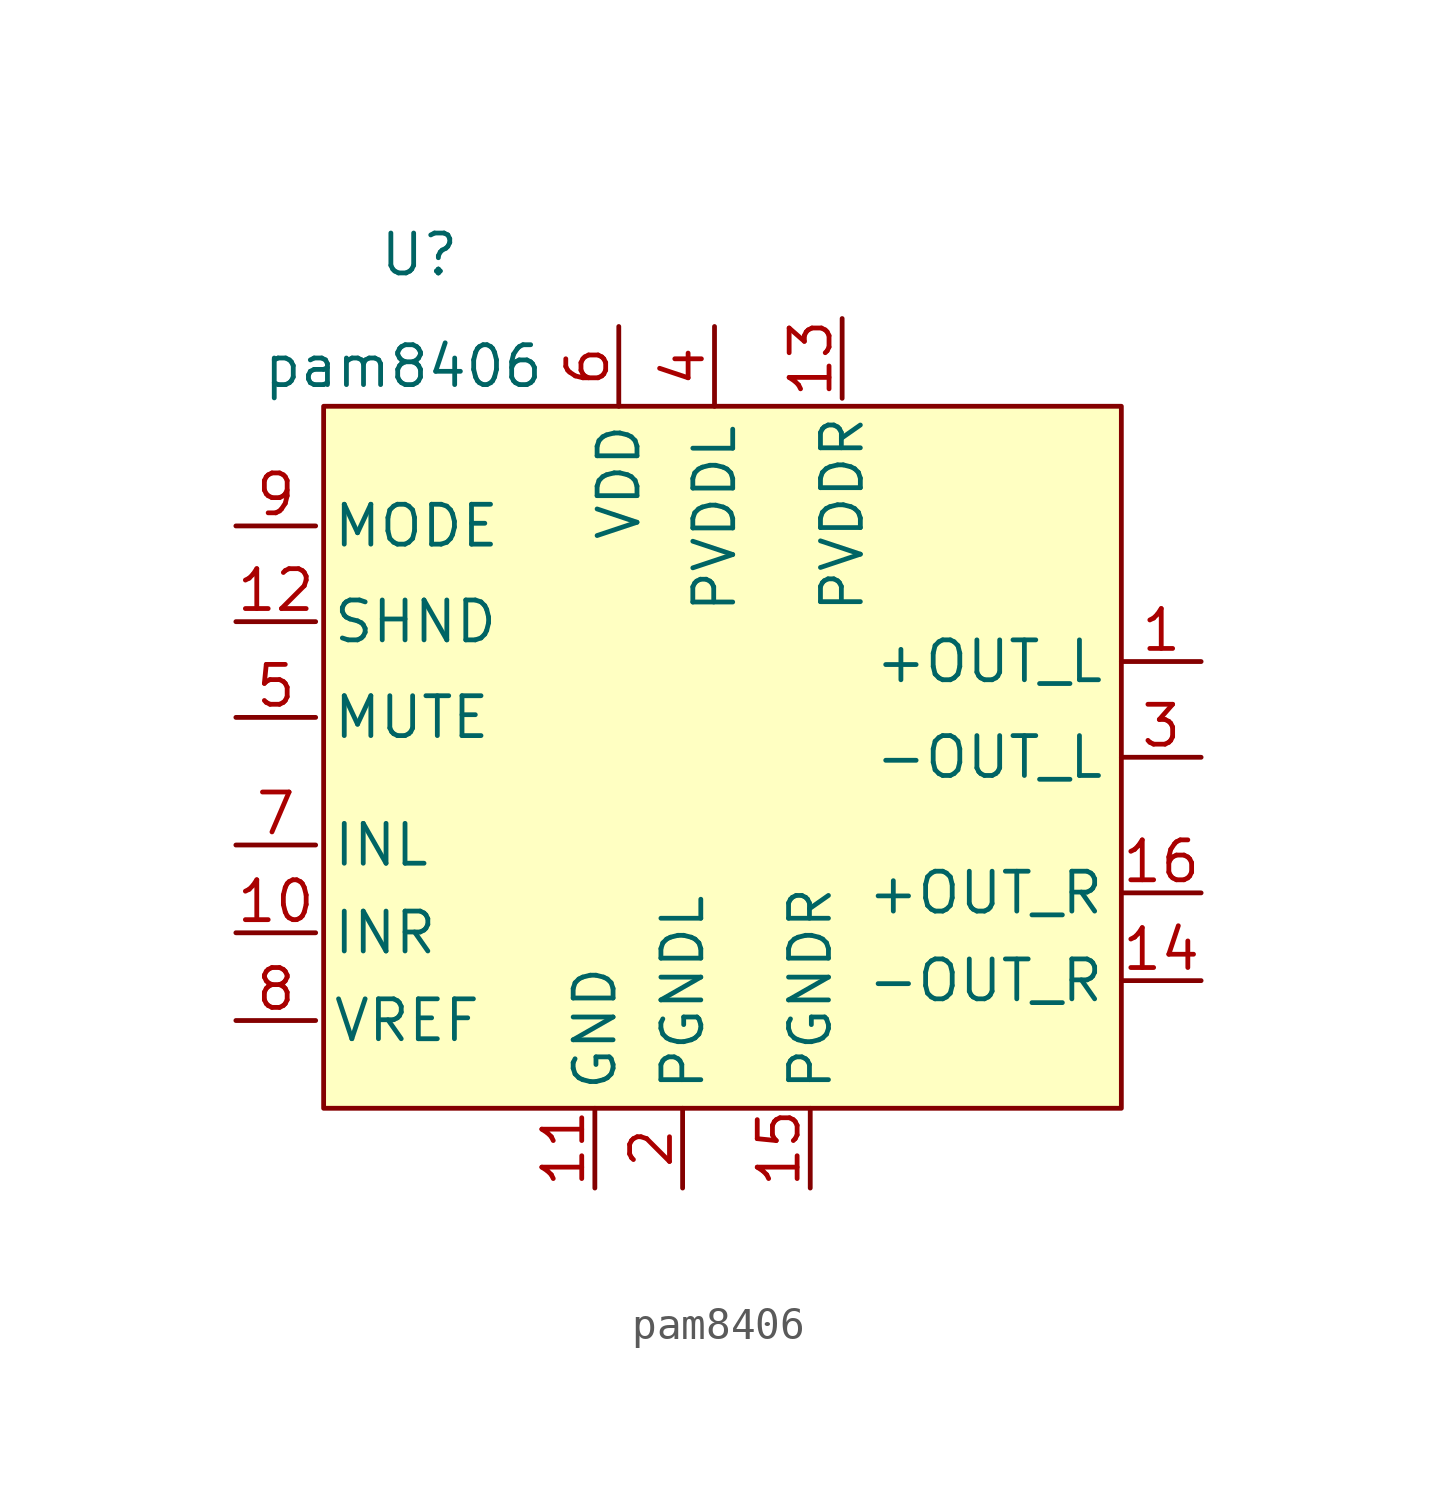
<source format=kicad_sym>
(kicad_symbol_lib
  (version 20211014)
  (generator kicad_symbol_editor)
  (symbol "pam8406"
    (property "Reference" "U"
      (at -9.398 16.002 0)
      (effects (font (size 1.27 1.27))))
    (property "Value" "pam8406"
      (at -9.906 12.446 0)
      (effects (font (size 1.27 1.27))))
    (symbol "pam8406_0_1"
      (rectangle (start -12.446 11.176) (end 12.954 -11.176) (stroke (width 0) (type default) (color 0 0 0 0)) (fill (type background))))
    (symbol "pam8406_1_1"
      (pin output line (at 15.494 3.048 180) (length 2.54) (name "+OUT_L" (effects (font (size 1.27 1.27)))) (number "1" (effects (font (size 1.27 1.27)))))
      (pin input line (at -15.24 -5.588 0) (length 2.54) (name "INR" (effects (font (size 1.27 1.27)))) (number "10" (effects (font (size 1.27 1.27)))))
      (pin passive line (at -3.81 -13.716 90) (length 2.54) (name "GND" (effects (font (size 1.27 1.27)))) (number "11" (effects (font (size 1.27 1.27)))))
      (pin input line (at -15.24 4.318 0) (length 2.54) (name "SHND" (effects (font (size 1.27 1.27)))) (number "12" (effects (font (size 1.27 1.27)))))
      (pin passive line (at 4.064 13.97 270) (length 2.54) (name "PVDDR" (effects (font (size 1.27 1.27)))) (number "13" (effects (font (size 1.27 1.27)))))
      (pin output line (at 15.494 -7.112 180) (length 2.54) (name "-OUT_R" (effects (font (size 1.27 1.27)))) (number "14" (effects (font (size 1.27 1.27)))))
      (pin passive line (at 3.048 -13.716 90) (length 2.54) (name "PGNDR" (effects (font (size 1.27 1.27)))) (number "15" (effects (font (size 1.27 1.27)))))
      (pin output line (at 15.494 -4.318 180) (length 2.54) (name "+OUT_R" (effects (font (size 1.27 1.27)))) (number "16" (effects (font (size 1.27 1.27)))))
      (pin passive line (at -1.016 -13.716 90) (length 2.54) (name "PGNDL" (effects (font (size 1.27 1.27)))) (number "2" (effects (font (size 1.27 1.27)))))
      (pin output line (at 15.494 0 180) (length 2.54) (name "-OUT_L" (effects (font (size 1.27 1.27)))) (number "3" (effects (font (size 1.27 1.27)))))
      (pin passive line (at 0 13.716 270) (length 2.54) (name "PVDDL" (effects (font (size 1.27 1.27)))) (number "4" (effects (font (size 1.27 1.27)))))
      (pin input line (at -15.24 1.27 0) (length 2.54) (name "MUTE" (effects (font (size 1.27 1.27)))) (number "5" (effects (font (size 1.27 1.27)))))
      (pin passive line (at -3.048 13.716 270) (length 2.54) (name "VDD" (effects (font (size 1.27 1.27)))) (number "6" (effects (font (size 1.27 1.27)))))
      (pin input line (at -15.24 -2.794 0) (length 2.54) (name "INL" (effects (font (size 1.27 1.27)))) (number "7" (effects (font (size 1.27 1.27)))))
      (pin passive line (at -15.24 -8.382 0) (length 2.54) (name "VREF" (effects (font (size 1.27 1.27)))) (number "8" (effects (font (size 1.27 1.27)))))
      (pin input line (at -15.24 7.366 0) (length 2.54) (name "MODE" (effects (font (size 1.27 1.27)))) (number "9" (effects (font (size 1.27 1.27))))))))
</source>
